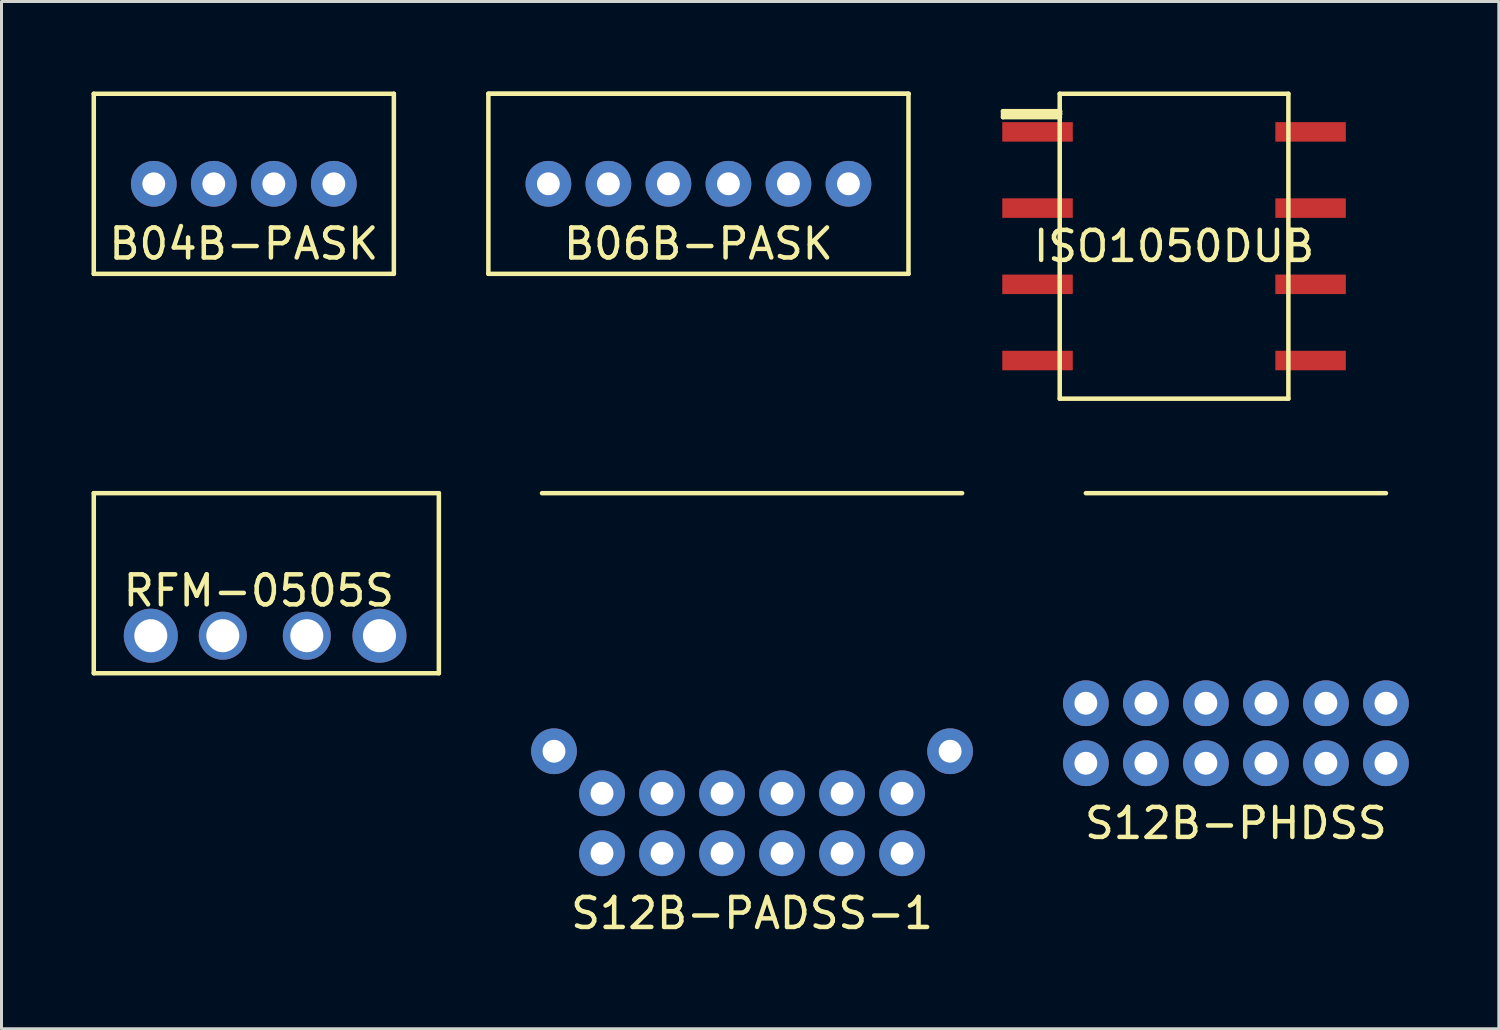
<source format=kicad_pcb>
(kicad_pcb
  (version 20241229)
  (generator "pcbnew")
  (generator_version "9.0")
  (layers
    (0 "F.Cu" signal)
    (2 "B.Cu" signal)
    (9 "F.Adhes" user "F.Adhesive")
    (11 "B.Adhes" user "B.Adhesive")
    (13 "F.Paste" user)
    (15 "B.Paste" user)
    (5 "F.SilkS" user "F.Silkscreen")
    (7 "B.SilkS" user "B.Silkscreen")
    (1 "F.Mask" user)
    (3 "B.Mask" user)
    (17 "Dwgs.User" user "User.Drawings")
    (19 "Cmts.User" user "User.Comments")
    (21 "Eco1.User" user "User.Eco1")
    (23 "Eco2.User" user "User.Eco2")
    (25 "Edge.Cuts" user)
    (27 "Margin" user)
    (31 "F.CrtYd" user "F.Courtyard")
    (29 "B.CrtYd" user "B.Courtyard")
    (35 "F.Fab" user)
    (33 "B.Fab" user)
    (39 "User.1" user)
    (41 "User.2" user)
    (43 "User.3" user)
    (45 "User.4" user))
  (footprint "S12B-PADSS-1"
    (layer "F.Cu")
    (at 27.012 25.385)
    (property "Reference" "S12B-PADSS-1" (at -5 2 0) (layer "F.SilkS") (effects (font (size 1 1) (thickness 0.15))))
    (attr through_hole)
    (fp_line (start -12 -12) (end 2 -12) (stroke (width 0.15) (type solid)) (layer "F.SilkS"))
    (pad "" np_thru_hole circle (at -11.6 -3.4) (size 1.524 1.524) (drill 0.762) (layers "*.Cu" "*.Mask"))
    (pad "" np_thru_hole circle (at 1.6 -3.4) (size 1.524 1.524) (drill 0.762) (layers "*.Cu" "*.Mask"))
    (pad "1" thru_hole circle (at 0 0) (size 1.524 1.524) (drill 0.762) (layers "*.Cu" "*.Mask"))
    (pad "2" thru_hole circle (at 0 -2) (size 1.524 1.524) (drill 0.762) (layers "*.Cu" "*.Mask"))
    (pad "3" thru_hole circle (at -2 0) (size 1.524 1.524) (drill 0.762) (layers "*.Cu" "*.Mask"))
    (pad "4" thru_hole circle (at -2 -2) (size 1.524 1.524) (drill 0.762) (layers "*.Cu" "*.Mask"))
    (pad "5" thru_hole circle (at -4 0) (size 1.524 1.524) (drill 0.762) (layers "*.Cu" "*.Mask"))
    (pad "6" thru_hole circle (at -4 -2) (size 1.524 1.524) (drill 0.762) (layers "*.Cu" "*.Mask"))
    (pad "7" thru_hole circle (at -6 0) (size 1.524 1.524) (drill 0.762) (layers "*.Cu" "*.Mask"))
    (pad "8" thru_hole circle (at -6 -2) (size 1.524 1.524) (drill 0.762) (layers "*.Cu" "*.Mask"))
    (pad "9" thru_hole circle (at -8 0) (size 1.524 1.524) (drill 0.762) (layers "*.Cu" "*.Mask"))
    (pad "10" thru_hole circle (at -8 -2) (size 1.524 1.524) (drill 0.762) (layers "*.Cu" "*.Mask"))
    (pad "11" thru_hole circle (at -10 0) (size 1.524 1.524) (drill 0.762) (layers "*.Cu" "*.Mask"))
    (pad "12" thru_hole circle (at -10 -2) (size 1.524 1.524) (drill 0.762) (layers "*.Cu" "*.Mask")))
  (footprint "S12B-PHDSS"
    (layer "F.Cu")
    (at 33.136 22.385)
    (property "Reference" "S12B-PHDSS" (at 5 2 0) (layer "F.SilkS") (effects (font (size 1 1) (thickness 0.15))))
    (attr through_hole)
    (fp_line (start 0 -9) (end 10 -9) (stroke (width 0.15) (type solid)) (layer "F.SilkS"))
    (pad "1" thru_hole circle (at 0 0 90) (size 1.524 1.524) (drill 0.762) (layers "*.Cu" "*.Mask"))
    (pad "2" thru_hole circle (at 0 -2 90) (size 1.524 1.524) (drill 0.762) (layers "*.Cu" "*.Mask"))
    (pad "3" thru_hole circle (at 2 0 90) (size 1.524 1.524) (drill 0.762) (layers "*.Cu" "*.Mask"))
    (pad "4" thru_hole circle (at 2 -2 90) (size 1.524 1.524) (drill 0.762) (layers "*.Cu" "*.Mask"))
    (pad "5" thru_hole circle (at 4 0 90) (size 1.524 1.524) (drill 0.762) (layers "*.Cu" "*.Mask"))
    (pad "6" thru_hole circle (at 4 -2 90) (size 1.524 1.524) (drill 0.762) (layers "*.Cu" "*.Mask"))
    (pad "7" thru_hole circle (at 6 0 90) (size 1.524 1.524) (drill 0.762) (layers "*.Cu" "*.Mask"))
    (pad "8" thru_hole circle (at 6 -2 90) (size 1.524 1.524) (drill 0.762) (layers "*.Cu" "*.Mask"))
    (pad "9" thru_hole circle (at 8 0 90) (size 1.524 1.524) (drill 0.762) (layers "*.Cu" "*.Mask"))
    (pad "10" thru_hole circle (at 8 -2 90) (size 1.524 1.524) (drill 0.762) (layers "*.Cu" "*.Mask"))
    (pad "11" thru_hole circle (at 10 0 90) (size 1.524 1.524) (drill 0.762) (layers "*.Cu" "*.Mask"))
    (pad "12" thru_hole circle (at 10 -2 90) (size 1.524 1.524) (drill 0.762) (layers "*.Cu" "*.Mask")))
  (footprint "RFM-0505S"
    (layer "F.Cu")
    (at 1.975 18.135)
    (property "Reference" "RFM-0505S" (at 3.6 -1.5 0) (layer "F.SilkS") (effects (font (size 1 1) (thickness 0.15))))
    (attr through_hole)
    (fp_line (start -1.9 -4.75) (end -1.9 1.25) (stroke (width 0.15) (type solid)) (layer "F.SilkS"))
    (fp_line (start -1.9 -4.75) (end 9.6 -4.75) (stroke (width 0.15) (type solid)) (layer "F.SilkS"))
    (fp_line (start -1.9 1.25) (end 9.6 1.25) (stroke (width 0.15) (type solid)) (layer "F.SilkS"))
    (fp_line (start 9.6 1.25) (end 9.6 -4.75) (stroke (width 0.15) (type solid)) (layer "F.SilkS"))
    (pad "1" thru_hole circle (at 0 0) (size 1.8 1.8) (drill 1.1) (layers "*.Cu" "*.Mask"))
    (pad "2" thru_hole circle (at 2.4 0) (size 1.6 1.6) (drill 1.1) (layers "*.Cu" "*.Mask"))
    (pad "3" thru_hole circle (at 5.2 0) (size 1.6 1.6) (drill 1.1) (layers "*.Cu" "*.Mask"))
    (pad "4" thru_hole circle (at 7.62 0) (size 1.8 1.8) (drill 1.1) (layers "*.Cu" "*.Mask")))
  (footprint "B06B-PASK"
    (layer "F.Cu")
    (at 25.225 3.075)
    (property "Reference" "B06B-PASK" (at -5 2 0) (layer "F.SilkS") (effects (font (size 1 1) (thickness 0.15))))
    (attr through_hole)
    (fp_line (start -12 -3) (end 2 -3) (stroke (width 0.15) (type solid)) (layer "F.SilkS"))
    (fp_line (start -12 3) (end -12 -3) (stroke (width 0.15) (type solid)) (layer "F.SilkS"))
    (fp_line (start 2 -3) (end -12 -3) (stroke (width 0.15) (type solid)) (layer "F.SilkS"))
    (fp_line (start 2 -3) (end 2 3) (stroke (width 0.15) (type solid)) (layer "F.SilkS"))
    (fp_line (start 2 3) (end -12 3) (stroke (width 0.15) (type solid)) (layer "F.SilkS"))
    (pad "1" thru_hole circle (at 0 0) (size 1.524 1.524) (drill 0.762) (layers "*.Cu" "*.Mask"))
    (pad "2" thru_hole circle (at -2 0) (size 1.524 1.524) (drill 0.762) (layers "*.Cu" "*.Mask"))
    (pad "3" thru_hole circle (at -4 0) (size 1.524 1.524) (drill 0.762) (layers "*.Cu" "*.Mask"))
    (pad "4" thru_hole circle (at -6 0) (size 1.524 1.524) (drill 0.762) (layers "*.Cu" "*.Mask"))
    (pad "5" thru_hole circle (at -8 0) (size 1.524 1.524) (drill 0.762) (layers "*.Cu" "*.Mask"))
    (pad "6" thru_hole circle (at -10 0) (size 1.524 1.524) (drill 0.762) (layers "*.Cu" "*.Mask")))
  (footprint "ISO1050DUB"
    (layer "F.Cu")
    (at 36.075 5.155)
    (property "Reference" "ISO1050DUB" (at 0 0 0) (layer "F.SilkS") (effects (font (size 1 1) (thickness 0.15))))
    (attr through_hole)
    (fp_line (start -5.7 -4.5) (end -3.8 -4.5) (stroke (width 0.15) (type solid)) (layer "F.SilkS"))
    (fp_line (start -5.7 -4.3) (end -5.7 -4.5) (stroke (width 0.15) (type solid)) (layer "F.SilkS"))
    (fp_line (start -3.81 -5.08) (end -3.81 5.08) (stroke (width 0.15) (type solid)) (layer "F.SilkS"))
    (fp_line (start -3.81 5.08) (end 3.81 5.08) (stroke (width 0.15) (type solid)) (layer "F.SilkS"))
    (fp_line (start -3.8 -4.5) (end -3.8 -4.4) (stroke (width 0.15) (type solid)) (layer "F.SilkS"))
    (fp_line (start -3.8 -4.4) (end -5.6 -4.4) (stroke (width 0.15) (type solid)) (layer "F.SilkS"))
    (fp_line (start -3.8 -4.3) (end -5.7 -4.3) (stroke (width 0.15) (type solid)) (layer "F.SilkS"))
    (fp_line (start 3.81 -5.08) (end -3.81 -5.08) (stroke (width 0.15) (type solid)) (layer "F.SilkS"))
    (fp_line (start 3.81 5.08) (end 3.81 -5.08) (stroke (width 0.15) (type solid)) (layer "F.SilkS"))
    (pad "1" smd rect (at -4.55 -3.81) (size 2.35 0.65) (layers "F.Cu" "F.Mask" "F.Paste"))
    (pad "2" smd rect (at -4.55 -1.27) (size 2.35 0.65) (layers "F.Cu" "F.Mask" "F.Paste"))
    (pad "3" smd rect (at -4.55 1.27) (size 2.35 0.65) (layers "F.Cu" "F.Mask" "F.Paste"))
    (pad "4" smd rect (at -4.55 3.81) (size 2.35 0.65) (layers "F.Cu" "F.Mask" "F.Paste"))
    (pad "5" smd rect (at 4.55 3.81) (size 2.35 0.65) (layers "F.Cu" "F.Mask" "F.Paste"))
    (pad "6" smd rect (at 4.55 1.27) (size 2.35 0.65) (layers "F.Cu" "F.Mask" "F.Paste"))
    (pad "7" smd rect (at 4.55 -1.27) (size 2.35 0.65) (layers "F.Cu" "F.Mask" "F.Paste"))
    (pad "8" smd rect (at 4.55 -3.81) (size 2.35 0.65) (layers "F.Cu" "F.Mask" "F.Paste")))
  (footprint "B04B-PASK"
    (layer "F.Cu")
    (at 8.075 3.075)
    (property "Reference" "B04B-PASK" (at -3 2 0) (layer "F.SilkS") (effects (font (size 1 1) (thickness 0.15))))
    (attr through_hole)
    (fp_line (start -8 -3) (end -8 3) (stroke (width 0.15) (type solid)) (layer "F.SilkS"))
    (fp_line (start -8 3) (end 2 3) (stroke (width 0.15) (type solid)) (layer "F.SilkS"))
    (fp_line (start 2 -3) (end -8 -3) (stroke (width 0.15) (type solid)) (layer "F.SilkS"))
    (fp_line (start 2 3) (end 2 -3) (stroke (width 0.15) (type solid)) (layer "F.SilkS"))
    (pad "1" thru_hole circle (at 0 0) (size 1.524 1.524) (drill 0.762) (layers "*.Cu" "*.Mask"))
    (pad "2" thru_hole circle (at -2 0) (size 1.524 1.524) (drill 0.762) (layers "*.Cu" "*.Mask"))
    (pad "3" thru_hole circle (at -4 0) (size 1.524 1.524) (drill 0.762) (layers "*.Cu" "*.Mask"))
    (pad "4" thru_hole circle (at -6 0) (size 1.524 1.524) (drill 0.762) (layers "*.Cu" "*.Mask")))
  (gr_rect
    (start -3 -3)
    (end 46.898 31.233)
    (stroke (width 0.1) (type default))
    (fill no)
    (layer "Edge.Cuts")))
</source>
